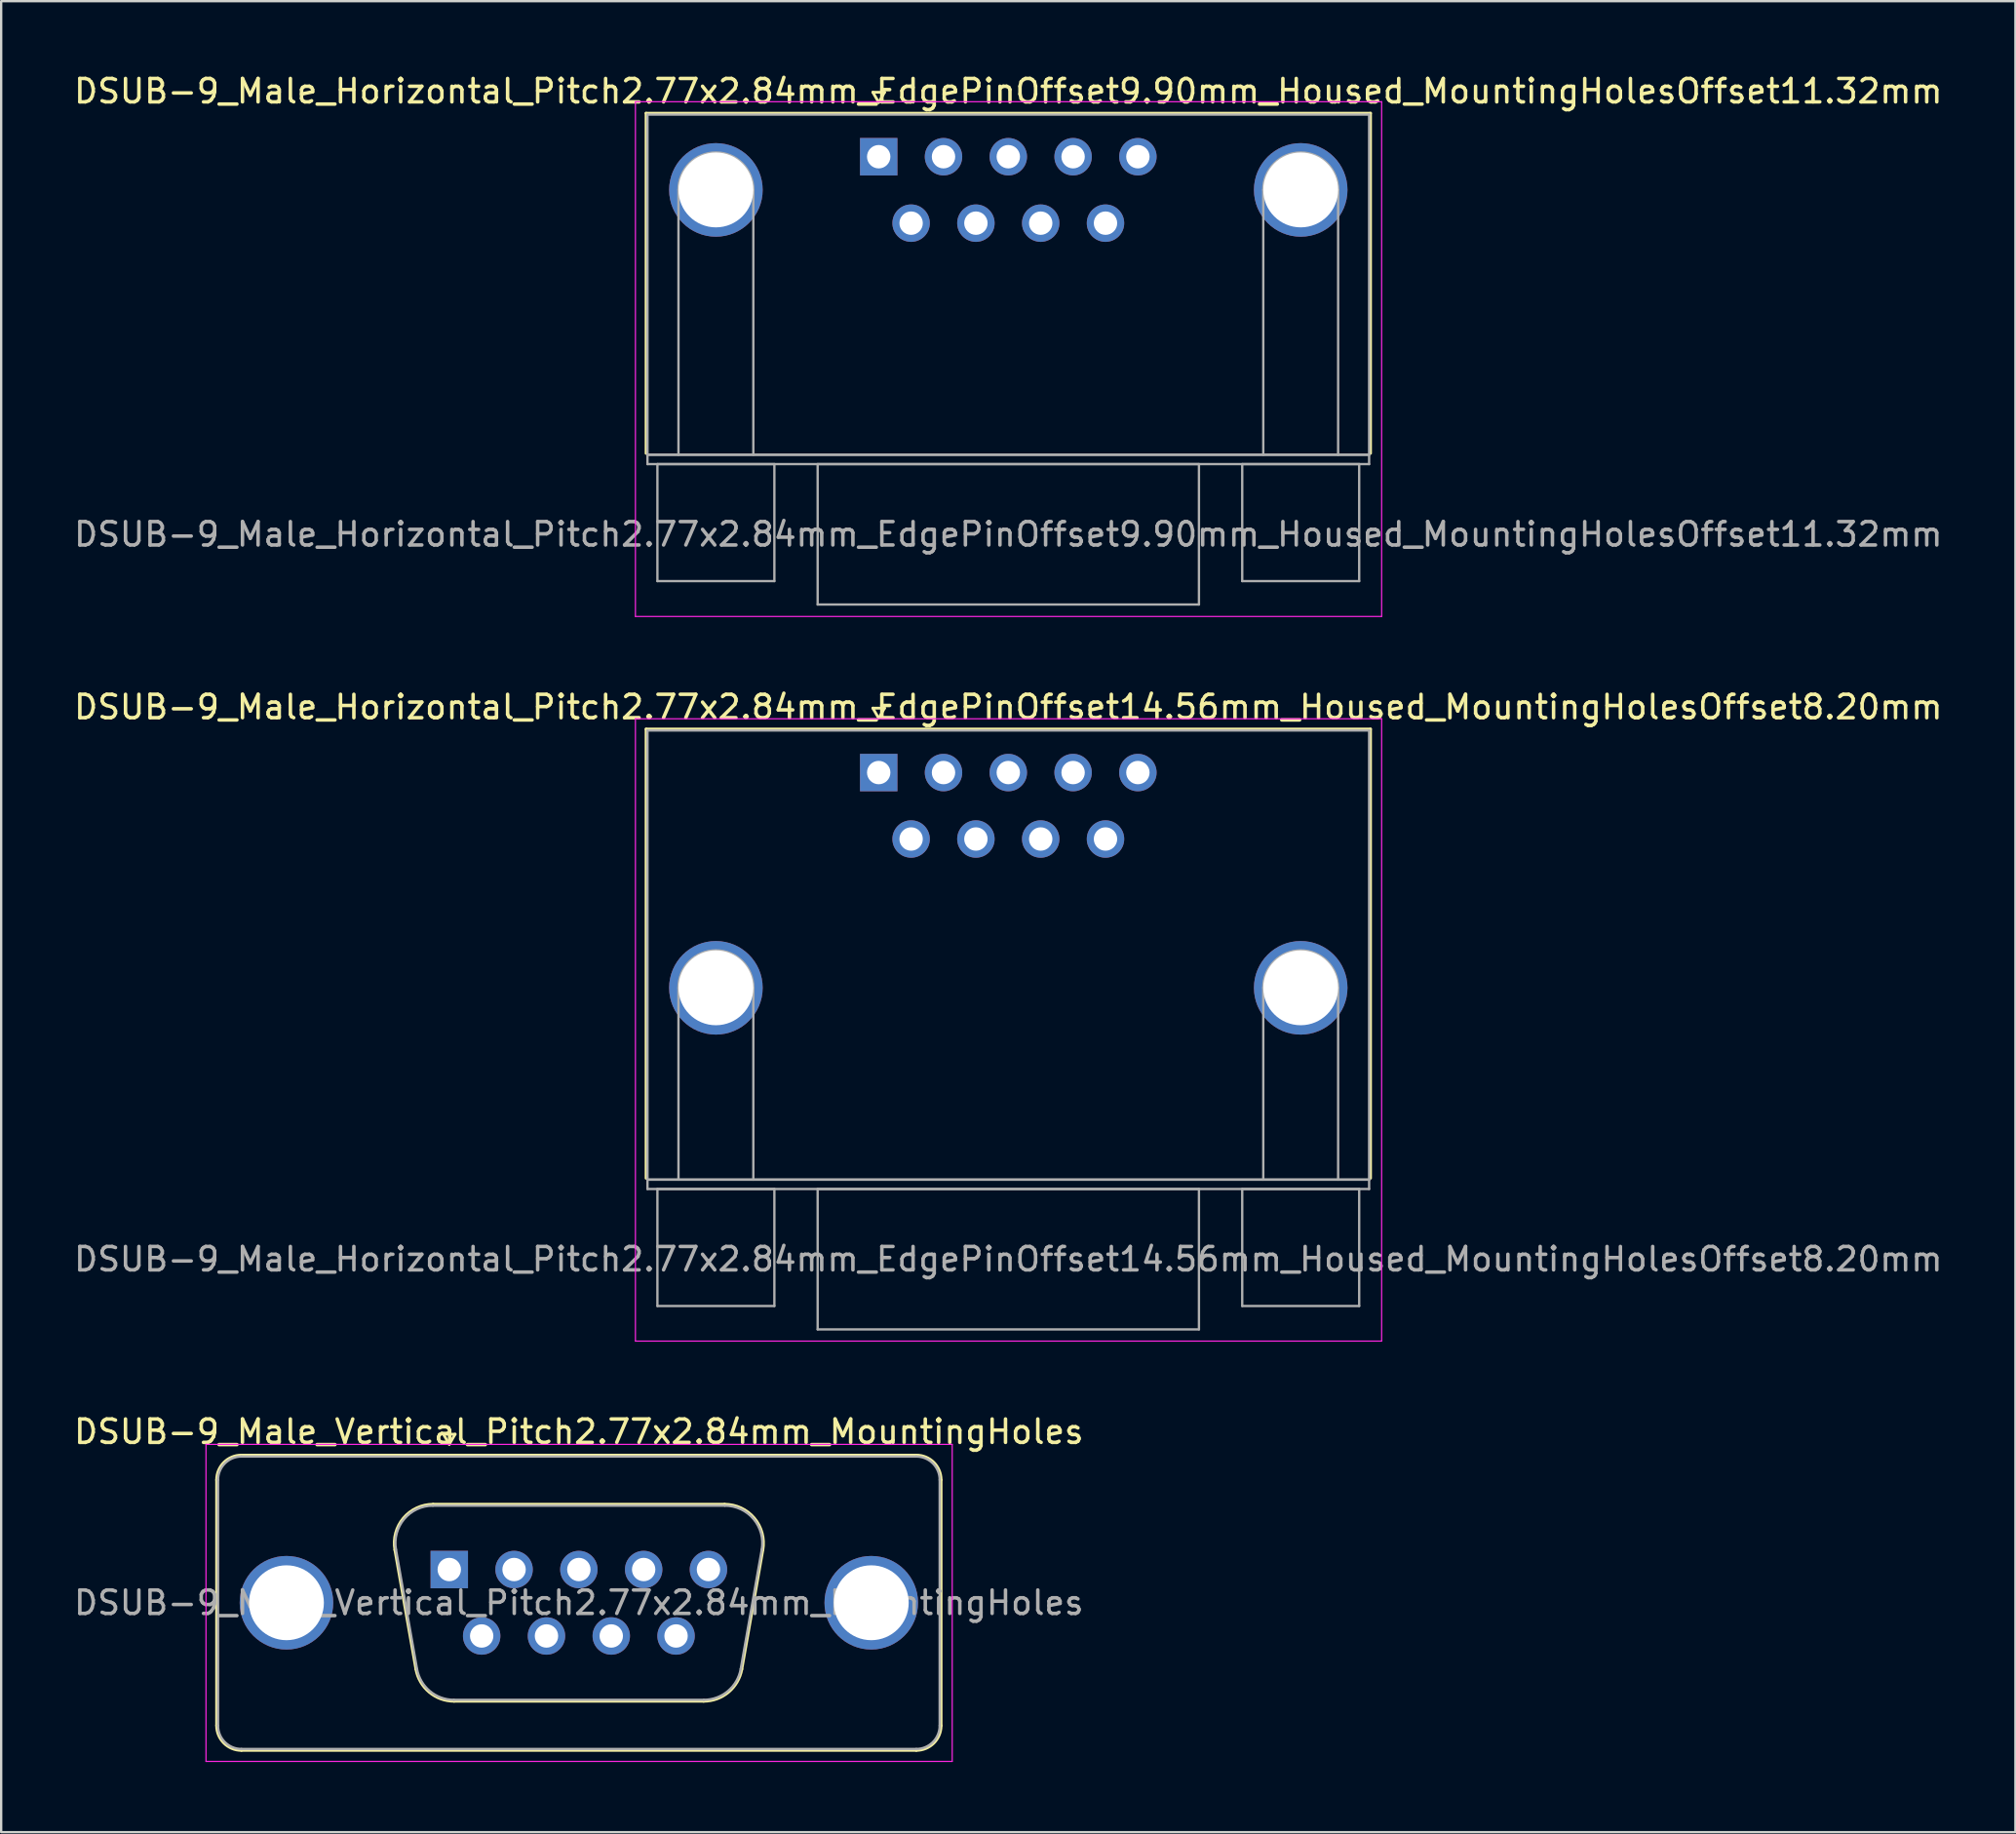
<source format=kicad_pcb>
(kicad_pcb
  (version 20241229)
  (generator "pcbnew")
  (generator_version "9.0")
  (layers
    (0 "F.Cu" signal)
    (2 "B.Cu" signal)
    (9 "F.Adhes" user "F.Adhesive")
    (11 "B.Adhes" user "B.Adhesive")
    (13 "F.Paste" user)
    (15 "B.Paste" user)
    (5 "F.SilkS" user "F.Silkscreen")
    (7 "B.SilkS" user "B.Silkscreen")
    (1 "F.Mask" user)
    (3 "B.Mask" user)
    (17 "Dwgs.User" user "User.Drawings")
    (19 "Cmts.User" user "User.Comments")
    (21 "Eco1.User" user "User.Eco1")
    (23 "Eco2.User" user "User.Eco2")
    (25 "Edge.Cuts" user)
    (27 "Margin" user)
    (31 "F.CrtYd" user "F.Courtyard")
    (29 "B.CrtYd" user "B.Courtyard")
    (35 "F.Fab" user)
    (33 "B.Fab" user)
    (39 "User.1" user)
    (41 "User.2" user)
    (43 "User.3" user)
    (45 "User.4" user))
  (footprint "DSUB-9_Male_Horizontal_Pitch2.77x2.84mm_EdgePinOffset9.90mm_Housed_MountingHolesOffset11.32mm"
    (layer "F.Cu")
    (at 34.514 3.648)
    (property "Reference" "DSUB-9_Male_Horizontal_Pitch2.77x2.84mm_EdgePinOffset9.90mm_Housed_MountingHolesOffset11.32mm" (at 5.54 -2.8 0) (layer "F.SilkS") (effects (font (size 1 1) (thickness 0.15))))
    (attr through_hole)
    (fp_line (start -9.945 -1.86) (end 21.025 -1.86) (stroke (width 0.12) (type solid)) (layer "F.SilkS"))
    (fp_line (start -9.945 12.68) (end -9.945 -1.86) (stroke (width 0.12) (type solid)) (layer "F.SilkS"))
    (fp_line (start -0.25 -2.754) (end 0.25 -2.754) (stroke (width 0.12) (type solid)) (layer "F.SilkS"))
    (fp_line (start 0 -2.321) (end -0.25 -2.754) (stroke (width 0.12) (type solid)) (layer "F.SilkS"))
    (fp_line (start 0.25 -2.754) (end 0 -2.321) (stroke (width 0.12) (type solid)) (layer "F.SilkS"))
    (fp_line (start 21.025 -1.86) (end 21.025 12.68) (stroke (width 0.12) (type solid)) (layer "F.SilkS"))
    (fp_line (start -10.4 -2.35) (end -10.4 19.65) (stroke (width 0.05) (type solid)) (layer "F.CrtYd"))
    (fp_line (start -10.4 19.65) (end 21.5 19.65) (stroke (width 0.05) (type solid)) (layer "F.CrtYd"))
    (fp_line (start 21.5 -2.35) (end -10.4 -2.35) (stroke (width 0.05) (type solid)) (layer "F.CrtYd"))
    (fp_line (start 21.5 19.65) (end 21.5 -2.35) (stroke (width 0.05) (type solid)) (layer "F.CrtYd"))
    (fp_line (start -9.885 -1.8) (end -9.885 12.74) (stroke (width 0.1) (type solid)) (layer "F.Fab"))
    (fp_line (start -9.885 12.74) (end -9.885 13.14) (stroke (width 0.1) (type solid)) (layer "F.Fab"))
    (fp_line (start -9.885 12.74) (end 20.965 12.74) (stroke (width 0.1) (type solid)) (layer "F.Fab"))
    (fp_line (start -9.885 13.14) (end 20.965 13.14) (stroke (width 0.1) (type solid)) (layer "F.Fab"))
    (fp_line (start -9.46 13.14) (end -9.46 18.14) (stroke (width 0.1) (type solid)) (layer "F.Fab"))
    (fp_line (start -9.46 18.14) (end -4.46 18.14) (stroke (width 0.1) (type solid)) (layer "F.Fab"))
    (fp_line (start -8.56 12.74) (end -8.56 1.42) (stroke (width 0.1) (type solid)) (layer "F.Fab"))
    (fp_line (start -5.36 12.74) (end -5.36 1.42) (stroke (width 0.1) (type solid)) (layer "F.Fab"))
    (fp_line (start -4.46 13.14) (end -9.46 13.14) (stroke (width 0.1) (type solid)) (layer "F.Fab"))
    (fp_line (start -4.46 18.14) (end -4.46 13.14) (stroke (width 0.1) (type solid)) (layer "F.Fab"))
    (fp_line (start -2.61 13.14) (end -2.61 19.14) (stroke (width 0.1) (type solid)) (layer "F.Fab"))
    (fp_line (start -2.61 19.14) (end 13.69 19.14) (stroke (width 0.1) (type solid)) (layer "F.Fab"))
    (fp_line (start 13.69 13.14) (end -2.61 13.14) (stroke (width 0.1) (type solid)) (layer "F.Fab"))
    (fp_line (start 13.69 19.14) (end 13.69 13.14) (stroke (width 0.1) (type solid)) (layer "F.Fab"))
    (fp_line (start 15.54 13.14) (end 15.54 18.14) (stroke (width 0.1) (type solid)) (layer "F.Fab"))
    (fp_line (start 15.54 18.14) (end 20.54 18.14) (stroke (width 0.1) (type solid)) (layer "F.Fab"))
    (fp_line (start 16.44 12.74) (end 16.44 1.42) (stroke (width 0.1) (type solid)) (layer "F.Fab"))
    (fp_line (start 19.64 12.74) (end 19.64 1.42) (stroke (width 0.1) (type solid)) (layer "F.Fab"))
    (fp_line (start 20.54 13.14) (end 15.54 13.14) (stroke (width 0.1) (type solid)) (layer "F.Fab"))
    (fp_line (start 20.54 18.14) (end 20.54 13.14) (stroke (width 0.1) (type solid)) (layer "F.Fab"))
    (fp_line (start 20.965 -1.8) (end -9.885 -1.8) (stroke (width 0.1) (type solid)) (layer "F.Fab"))
    (fp_line (start 20.965 12.74) (end -9.885 12.74) (stroke (width 0.1) (type solid)) (layer "F.Fab"))
    (fp_line (start 20.965 12.74) (end 20.965 -1.8) (stroke (width 0.1) (type solid)) (layer "F.Fab"))
    (fp_line (start 20.965 13.14) (end 20.965 12.74) (stroke (width 0.1) (type solid)) (layer "F.Fab"))
    (fp_arc (start -8.56 1.42) (mid -6.96 -0.18) (end -5.36 1.42) (stroke (width 0.1) (type solid)) (layer "F.Fab"))
    (fp_arc (start 16.44 1.42) (mid 18.04 -0.18) (end 19.64 1.42) (stroke (width 0.1) (type solid)) (layer "F.Fab"))
    (fp_text user "${REFERENCE}" (at 5.54 16.14 0) (layer "F.Fab") (effects (font (size 1 1) (thickness 0.15))))
    (pad "0" thru_hole circle (at -6.96 1.42) (size 4 4) (drill 3.2) (layers "*.Cu" "*.Mask"))
    (pad "0" thru_hole circle (at 18.04 1.42) (size 4 4) (drill 3.2) (layers "*.Cu" "*.Mask"))
    (pad "1" thru_hole rect (at 0 0) (size 1.6 1.6) (drill 1) (layers "*.Cu" "*.Mask"))
    (pad "2" thru_hole circle (at 2.77 0) (size 1.6 1.6) (drill 1) (layers "*.Cu" "*.Mask"))
    (pad "3" thru_hole circle (at 5.54 0) (size 1.6 1.6) (drill 1) (layers "*.Cu" "*.Mask"))
    (pad "4" thru_hole circle (at 8.31 0) (size 1.6 1.6) (drill 1) (layers "*.Cu" "*.Mask"))
    (pad "5" thru_hole circle (at 11.08 0) (size 1.6 1.6) (drill 1) (layers "*.Cu" "*.Mask"))
    (pad "6" thru_hole circle (at 1.385 2.84) (size 1.6 1.6) (drill 1) (layers "*.Cu" "*.Mask"))
    (pad "7" thru_hole circle (at 4.155 2.84) (size 1.6 1.6) (drill 1) (layers "*.Cu" "*.Mask"))
    (pad "8" thru_hole circle (at 6.925 2.84) (size 1.6 1.6) (drill 1) (layers "*.Cu" "*.Mask"))
    (pad "9" thru_hole circle (at 9.695 2.84) (size 1.6 1.6) (drill 1) (layers "*.Cu" "*.Mask")))
  (footprint "DSUB-9_Male_Vertical_Pitch2.77x2.84mm_MountingHoles"
    (layer "F.Cu")
    (at 16.156 64.035)
    (property "Reference" "DSUB-9_Male_Vertical_Pitch2.77x2.84mm_MountingHoles" (at 5.54 -5.89 0) (layer "F.SilkS") (effects (font (size 1 1) (thickness 0.15))))
    (attr through_hole)
    (fp_line (start -9.945 6.67) (end -9.945 -3.83) (stroke (width 0.12) (type solid)) (layer "F.SilkS"))
    (fp_line (start -8.885 -4.89) (end 19.965 -4.89) (stroke (width 0.12) (type solid)) (layer "F.SilkS"))
    (fp_line (start -2.326 -0.842) (end -1.427 4.258) (stroke (width 0.12) (type solid)) (layer "F.SilkS"))
    (fp_line (start -0.692 -2.79) (end 11.772 -2.79) (stroke (width 0.12) (type solid)) (layer "F.SilkS"))
    (fp_line (start -0.25 -5.784) (end 0.25 -5.784) (stroke (width 0.12) (type solid)) (layer "F.SilkS"))
    (fp_line (start 0 -5.351) (end -0.25 -5.784) (stroke (width 0.12) (type solid)) (layer "F.SilkS"))
    (fp_line (start 0.208 5.63) (end 10.872 5.63) (stroke (width 0.12) (type solid)) (layer "F.SilkS"))
    (fp_line (start 0.25 -5.784) (end 0 -5.351) (stroke (width 0.12) (type solid)) (layer "F.SilkS"))
    (fp_line (start 13.406 -0.842) (end 12.507 4.258) (stroke (width 0.12) (type solid)) (layer "F.SilkS"))
    (fp_line (start 19.965 7.73) (end -8.885 7.73) (stroke (width 0.12) (type solid)) (layer "F.SilkS"))
    (fp_line (start 21.025 -3.83) (end 21.025 6.67) (stroke (width 0.12) (type solid)) (layer "F.SilkS"))
    (fp_arc (start -9.945 -3.83) (mid -9.634533 -4.579533) (end -8.885 -4.89) (stroke (width 0.12) (type solid)) (layer "F.SilkS"))
    (fp_arc (start -8.885 7.73) (mid -9.634533 7.419533) (end -9.945 6.67) (stroke (width 0.12) (type solid)) (layer "F.SilkS"))
    (fp_arc (start -2.32647 -0.841744) (mid -1.963323 -2.197028) (end -0.691689 -2.79) (stroke (width 0.12) (type solid)) (layer "F.SilkS"))
    (fp_arc (start 0.207579 5.63) (mid -0.859448 5.241634) (end -1.427202 4.258256) (stroke (width 0.12) (type solid)) (layer "F.SilkS"))
    (fp_arc (start 11.771689 -2.79) (mid 13.043323 -2.197027) (end 13.40647 -0.841744) (stroke (width 0.12) (type solid)) (layer "F.SilkS"))
    (fp_arc (start 12.507202 4.258256) (mid 11.939449 5.241634) (end 10.872421 5.63) (stroke (width 0.12) (type solid)) (layer "F.SilkS"))
    (fp_arc (start 19.965 -4.89) (mid 20.714533 -4.579533) (end 21.025 -3.83) (stroke (width 0.12) (type solid)) (layer "F.SilkS"))
    (fp_arc (start 21.025 6.67) (mid 20.714533 7.419533) (end 19.965 7.73) (stroke (width 0.12) (type solid)) (layer "F.SilkS"))
    (fp_line (start -10.4 -5.35) (end -10.4 8.2) (stroke (width 0.05) (type solid)) (layer "F.CrtYd"))
    (fp_line (start -10.4 8.2) (end 21.5 8.2) (stroke (width 0.05) (type solid)) (layer "F.CrtYd"))
    (fp_line (start 21.5 -5.35) (end -10.4 -5.35) (stroke (width 0.05) (type solid)) (layer "F.CrtYd"))
    (fp_line (start 21.5 8.2) (end 21.5 -5.35) (stroke (width 0.05) (type solid)) (layer "F.CrtYd"))
    (fp_line (start -9.885 6.67) (end -9.885 -3.83) (stroke (width 0.1) (type solid)) (layer "F.Fab"))
    (fp_line (start -8.885 -4.83) (end 19.965 -4.83) (stroke (width 0.1) (type solid)) (layer "F.Fab"))
    (fp_line (start -2.279 -0.852) (end -1.38 4.248) (stroke (width 0.1) (type solid)) (layer "F.Fab"))
    (fp_line (start -0.703 -2.73) (end 11.783 -2.73) (stroke (width 0.1) (type solid)) (layer "F.Fab"))
    (fp_line (start 0.196 5.57) (end 10.884 5.57) (stroke (width 0.1) (type solid)) (layer "F.Fab"))
    (fp_line (start 13.359 -0.852) (end 12.46 4.248) (stroke (width 0.1) (type solid)) (layer "F.Fab"))
    (fp_line (start 19.965 7.67) (end -8.885 7.67) (stroke (width 0.1) (type solid)) (layer "F.Fab"))
    (fp_line (start 20.965 -3.83) (end 20.965 6.67) (stroke (width 0.1) (type solid)) (layer "F.Fab"))
    (fp_arc (start -9.885 -3.83) (mid -9.592107 -4.537107) (end -8.885 -4.83) (stroke (width 0.1) (type solid)) (layer "F.Fab"))
    (fp_arc (start -8.885 7.67) (mid -9.592107 7.377107) (end -9.885 6.67) (stroke (width 0.1) (type solid)) (layer "F.Fab"))
    (fp_arc (start -2.278886 -0.852163) (mid -1.928865 -2.15846) (end -0.703194 -2.73) (stroke (width 0.1) (type solid)) (layer "F.Fab"))
    (fp_arc (start 0.196073 5.57) (mid -0.832387 5.195671) (end -1.379619 4.247837) (stroke (width 0.1) (type solid)) (layer "F.Fab"))
    (fp_arc (start 11.783194 -2.73) (mid 13.008865 -2.15846) (end 13.358886 -0.852163) (stroke (width 0.1) (type solid)) (layer "F.Fab"))
    (fp_arc (start 12.459619 4.247837) (mid 11.912387 5.195671) (end 10.883927 5.57) (stroke (width 0.1) (type solid)) (layer "F.Fab"))
    (fp_arc (start 19.965 -4.83) (mid 20.672107 -4.537107) (end 20.965 -3.83) (stroke (width 0.1) (type solid)) (layer "F.Fab"))
    (fp_arc (start 20.965 6.67) (mid 20.672107 7.377107) (end 19.965 7.67) (stroke (width 0.1) (type solid)) (layer "F.Fab"))
    (fp_text user "${REFERENCE}" (at 5.54 1.42 0) (layer "F.Fab") (effects (font (size 1 1) (thickness 0.15))))
    (pad "0" thru_hole circle (at -6.96 1.42) (size 4 4) (drill 3.2) (layers "*.Cu" "*.Mask"))
    (pad "0" thru_hole circle (at 18.04 1.42) (size 4 4) (drill 3.2) (layers "*.Cu" "*.Mask"))
    (pad "1" thru_hole rect (at 0 0) (size 1.6 1.6) (drill 1) (layers "*.Cu" "*.Mask"))
    (pad "2" thru_hole circle (at 2.77 0) (size 1.6 1.6) (drill 1) (layers "*.Cu" "*.Mask"))
    (pad "3" thru_hole circle (at 5.54 0) (size 1.6 1.6) (drill 1) (layers "*.Cu" "*.Mask"))
    (pad "4" thru_hole circle (at 8.31 0) (size 1.6 1.6) (drill 1) (layers "*.Cu" "*.Mask"))
    (pad "5" thru_hole circle (at 11.08 0) (size 1.6 1.6) (drill 1) (layers "*.Cu" "*.Mask"))
    (pad "6" thru_hole circle (at 1.385 2.84) (size 1.6 1.6) (drill 1) (layers "*.Cu" "*.Mask"))
    (pad "7" thru_hole circle (at 4.155 2.84) (size 1.6 1.6) (drill 1) (layers "*.Cu" "*.Mask"))
    (pad "8" thru_hole circle (at 6.925 2.84) (size 1.6 1.6) (drill 1) (layers "*.Cu" "*.Mask"))
    (pad "9" thru_hole circle (at 9.695 2.84) (size 1.6 1.6) (drill 1) (layers "*.Cu" "*.Mask")))
  (footprint "DSUB-9_Male_Horizontal_Pitch2.77x2.84mm_EdgePinOffset14.56mm_Housed_MountingHolesOffset8.20mm"
    (layer "F.Cu")
    (at 34.514 29.971)
    (property "Reference" "DSUB-9_Male_Horizontal_Pitch2.77x2.84mm_EdgePinOffset14.56mm_Housed_MountingHolesOffset8.20mm" (at 5.54 -2.8 0) (layer "F.SilkS") (effects (font (size 1 1) (thickness 0.15))))
    (attr through_hole)
    (fp_line (start -9.945 -1.86) (end 21.025 -1.86) (stroke (width 0.12) (type solid)) (layer "F.SilkS"))
    (fp_line (start -9.945 17.34) (end -9.945 -1.86) (stroke (width 0.12) (type solid)) (layer "F.SilkS"))
    (fp_line (start -0.25 -2.754) (end 0.25 -2.754) (stroke (width 0.12) (type solid)) (layer "F.SilkS"))
    (fp_line (start 0 -2.321) (end -0.25 -2.754) (stroke (width 0.12) (type solid)) (layer "F.SilkS"))
    (fp_line (start 0.25 -2.754) (end 0 -2.321) (stroke (width 0.12) (type solid)) (layer "F.SilkS"))
    (fp_line (start 21.025 -1.86) (end 21.025 17.34) (stroke (width 0.12) (type solid)) (layer "F.SilkS"))
    (fp_line (start -10.4 -2.3) (end -10.4 24.3) (stroke (width 0.05) (type solid)) (layer "F.CrtYd"))
    (fp_line (start -10.4 24.3) (end 21.5 24.3) (stroke (width 0.05) (type solid)) (layer "F.CrtYd"))
    (fp_line (start 21.5 -2.3) (end -10.4 -2.3) (stroke (width 0.05) (type solid)) (layer "F.CrtYd"))
    (fp_line (start 21.5 24.3) (end 21.5 -2.3) (stroke (width 0.05) (type solid)) (layer "F.CrtYd"))
    (fp_line (start -9.885 -1.8) (end -9.885 17.4) (stroke (width 0.1) (type solid)) (layer "F.Fab"))
    (fp_line (start -9.885 17.4) (end -9.885 17.8) (stroke (width 0.1) (type solid)) (layer "F.Fab"))
    (fp_line (start -9.885 17.4) (end 20.965 17.4) (stroke (width 0.1) (type solid)) (layer "F.Fab"))
    (fp_line (start -9.885 17.8) (end 20.965 17.8) (stroke (width 0.1) (type solid)) (layer "F.Fab"))
    (fp_line (start -9.46 17.8) (end -9.46 22.8) (stroke (width 0.1) (type solid)) (layer "F.Fab"))
    (fp_line (start -9.46 22.8) (end -4.46 22.8) (stroke (width 0.1) (type solid)) (layer "F.Fab"))
    (fp_line (start -8.56 17.4) (end -8.56 9.2) (stroke (width 0.1) (type solid)) (layer "F.Fab"))
    (fp_line (start -5.36 17.4) (end -5.36 9.2) (stroke (width 0.1) (type solid)) (layer "F.Fab"))
    (fp_line (start -4.46 17.8) (end -9.46 17.8) (stroke (width 0.1) (type solid)) (layer "F.Fab"))
    (fp_line (start -4.46 22.8) (end -4.46 17.8) (stroke (width 0.1) (type solid)) (layer "F.Fab"))
    (fp_line (start -2.61 17.8) (end -2.61 23.8) (stroke (width 0.1) (type solid)) (layer "F.Fab"))
    (fp_line (start -2.61 23.8) (end 13.69 23.8) (stroke (width 0.1) (type solid)) (layer "F.Fab"))
    (fp_line (start 13.69 17.8) (end -2.61 17.8) (stroke (width 0.1) (type solid)) (layer "F.Fab"))
    (fp_line (start 13.69 23.8) (end 13.69 17.8) (stroke (width 0.1) (type solid)) (layer "F.Fab"))
    (fp_line (start 15.54 17.8) (end 15.54 22.8) (stroke (width 0.1) (type solid)) (layer "F.Fab"))
    (fp_line (start 15.54 22.8) (end 20.54 22.8) (stroke (width 0.1) (type solid)) (layer "F.Fab"))
    (fp_line (start 16.44 17.4) (end 16.44 9.2) (stroke (width 0.1) (type solid)) (layer "F.Fab"))
    (fp_line (start 19.64 17.4) (end 19.64 9.2) (stroke (width 0.1) (type solid)) (layer "F.Fab"))
    (fp_line (start 20.54 17.8) (end 15.54 17.8) (stroke (width 0.1) (type solid)) (layer "F.Fab"))
    (fp_line (start 20.54 22.8) (end 20.54 17.8) (stroke (width 0.1) (type solid)) (layer "F.Fab"))
    (fp_line (start 20.965 -1.8) (end -9.885 -1.8) (stroke (width 0.1) (type solid)) (layer "F.Fab"))
    (fp_line (start 20.965 17.4) (end -9.885 17.4) (stroke (width 0.1) (type solid)) (layer "F.Fab"))
    (fp_line (start 20.965 17.4) (end 20.965 -1.8) (stroke (width 0.1) (type solid)) (layer "F.Fab"))
    (fp_line (start 20.965 17.8) (end 20.965 17.4) (stroke (width 0.1) (type solid)) (layer "F.Fab"))
    (fp_arc (start -8.56 9.2) (mid -6.96 7.6) (end -5.36 9.2) (stroke (width 0.1) (type solid)) (layer "F.Fab"))
    (fp_arc (start 16.44 9.2) (mid 18.04 7.6) (end 19.64 9.2) (stroke (width 0.1) (type solid)) (layer "F.Fab"))
    (fp_text user "${REFERENCE}" (at 5.54 20.8 0) (layer "F.Fab") (effects (font (size 1 1) (thickness 0.15))))
    (pad "0" thru_hole circle (at -6.96 9.2) (size 4 4) (drill 3.2) (layers "*.Cu" "*.Mask"))
    (pad "0" thru_hole circle (at 18.04 9.2) (size 4 4) (drill 3.2) (layers "*.Cu" "*.Mask"))
    (pad "1" thru_hole rect (at 0 0) (size 1.6 1.6) (drill 1) (layers "*.Cu" "*.Mask"))
    (pad "2" thru_hole circle (at 2.77 0) (size 1.6 1.6) (drill 1) (layers "*.Cu" "*.Mask"))
    (pad "3" thru_hole circle (at 5.54 0) (size 1.6 1.6) (drill 1) (layers "*.Cu" "*.Mask"))
    (pad "4" thru_hole circle (at 8.31 0) (size 1.6 1.6) (drill 1) (layers "*.Cu" "*.Mask"))
    (pad "5" thru_hole circle (at 11.08 0) (size 1.6 1.6) (drill 1) (layers "*.Cu" "*.Mask"))
    (pad "6" thru_hole circle (at 1.385 2.84) (size 1.6 1.6) (drill 1) (layers "*.Cu" "*.Mask"))
    (pad "7" thru_hole circle (at 4.155 2.84) (size 1.6 1.6) (drill 1) (layers "*.Cu" "*.Mask"))
    (pad "8" thru_hole circle (at 6.925 2.84) (size 1.6 1.6) (drill 1) (layers "*.Cu" "*.Mask"))
    (pad "9" thru_hole circle (at 9.695 2.84) (size 1.6 1.6) (drill 1) (layers "*.Cu" "*.Mask")))
  (gr_rect
    (start -3 -3)
    (end 83.107 75.26)
    (stroke (width 0.1) (type default))
    (fill no)
    (layer "Edge.Cuts")))
</source>
